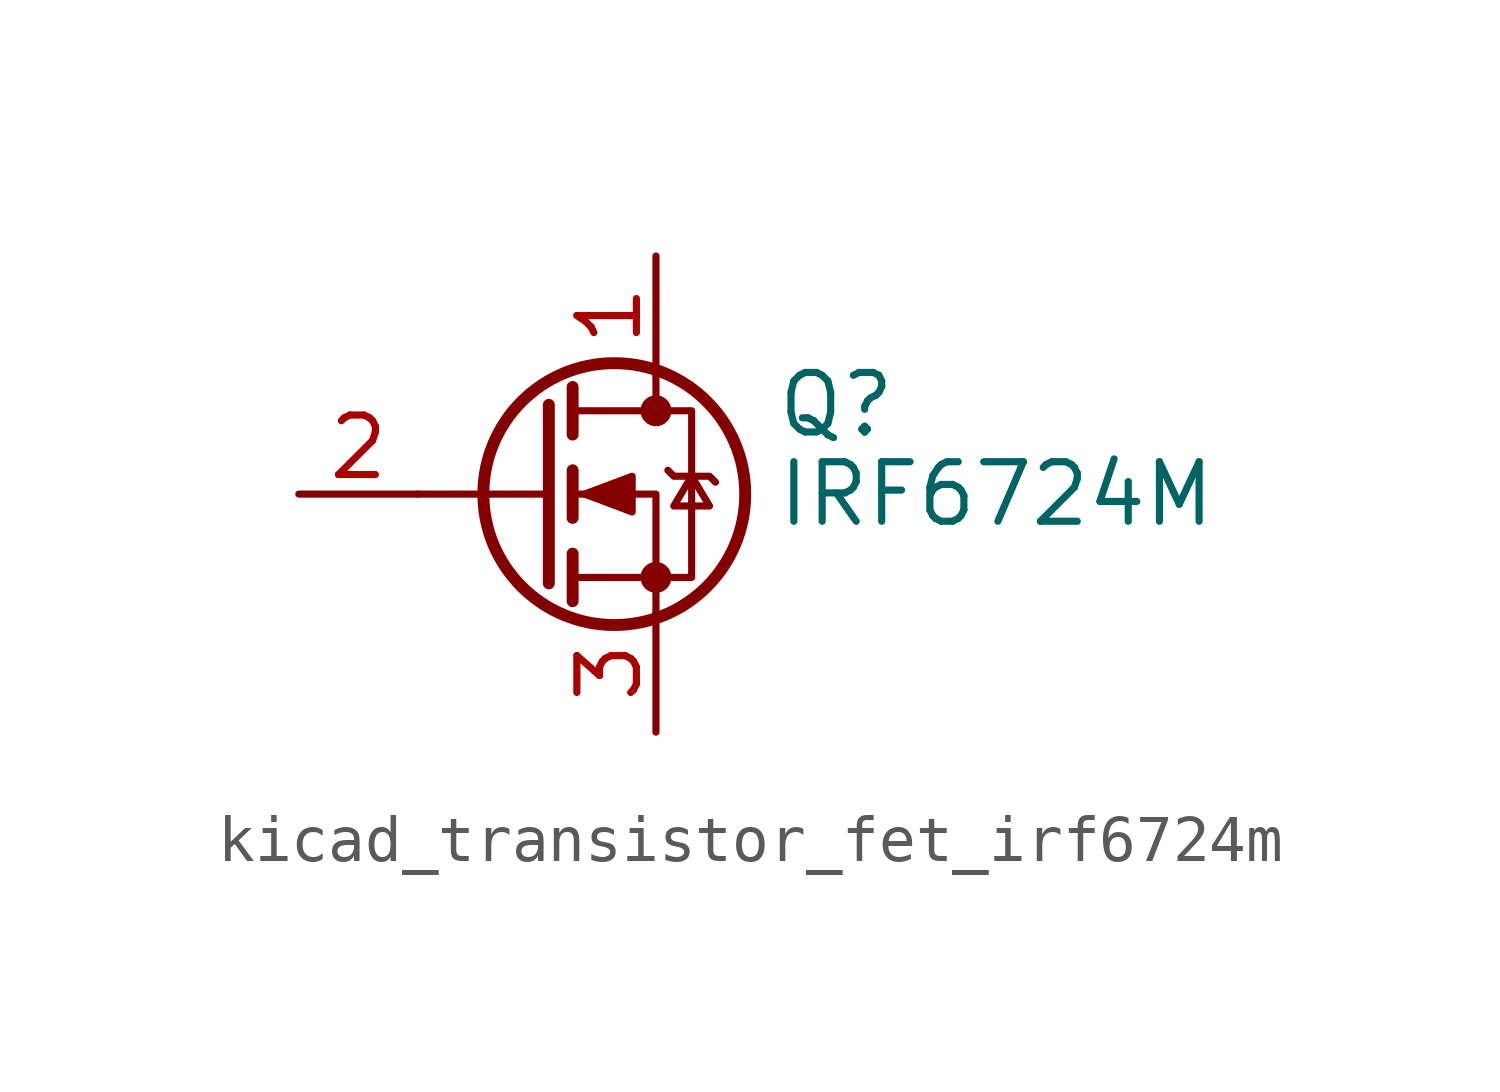
<source format=kicad_sym>
(kicad_symbol_lib
  (version 20220914)
  (generator kicad_symbol_editor)
  (symbol "kicad_transistor_fet_irf6724m"
    (pin_names hide)
    (property "Reference" "Q"
      (at 5.08 1.905 0)
      (effects (font (size 1.27 1.27)) (justify left)))
    (property "Value" "IRF6724M"
      (at 5.08 0 0)
      (effects (font (size 1.27 1.27)) (justify left)))
    (symbol "kicad_transistor_fet_irf6724m_0_1"
      (polyline (pts (xy 0.254 0) (xy -2.54 0)) (stroke (width 0) (type default)) (fill (type none)))
      (polyline (pts (xy 0.254 1.905) (xy 0.254 -1.905)) (stroke (width 0.254) (type default)) (fill (type none)))
      (polyline (pts (xy 0.762 -1.27) (xy 0.762 -2.286)) (stroke (width 0.254) (type default)) (fill (type none)))
      (polyline (pts (xy 0.762 0.508) (xy 0.762 -0.508)) (stroke (width 0.254) (type default)) (fill (type none)))
      (polyline (pts (xy 0.762 2.286) (xy 0.762 1.27)) (stroke (width 0.254) (type default)) (fill (type none)))
      (polyline (pts (xy 2.54 2.54) (xy 2.54 1.778)) (stroke (width 0) (type default)) (fill (type none)))
      (polyline (pts (xy 2.54 -2.54) (xy 2.54 0) (xy 0.762 0)) (stroke (width 0) (type default)) (fill (type none)))
      (polyline (pts (xy 0.762 -1.778) (xy 3.302 -1.778) (xy 3.302 1.778) (xy 0.762 1.778)) (stroke (width 0) (type default)) (fill (type none)))
      (polyline (pts (xy 1.016 0) (xy 2.032 0.381) (xy 2.032 -0.381) (xy 1.016 0)) (stroke (width 0) (type default)) (fill (type outline)))
      (polyline (pts (xy 2.794 0.508) (xy 2.921 0.381) (xy 3.683 0.381) (xy 3.81 0.254)) (stroke (width 0) (type default)) (fill (type none)))
      (polyline (pts (xy 3.302 0.381) (xy 2.921 -0.254) (xy 3.683 -0.254) (xy 3.302 0.381)) (stroke (width 0) (type default)) (fill (type none)))
      (circle (center 1.651 0) (radius 2.794) (stroke (width 0.254) (type default)) (fill (type none)))
      (circle (center 2.54 -1.778) (radius 0.254) (stroke (width 0) (type default)) (fill (type outline)))
      (circle (center 2.54 1.778) (radius 0.254) (stroke (width 0) (type default)) (fill (type outline))))
    (symbol "kicad_transistor_fet_irf6724m_1_1"
      (pin passive line (at 2.54 5.08 270) (length 2.54) (name "D" (effects (font (size 1.27 1.27)))) (number "1" (effects (font (size 1.27 1.27)))))
      (pin input line (at -5.08 0 0) (length 2.54) (name "G" (effects (font (size 1.27 1.27)))) (number "2" (effects (font (size 1.27 1.27)))))
      (pin passive line (at 2.54 -5.08 90) (length 2.54) (name "S" (effects (font (size 1.27 1.27)))) (number "3" (effects (font (size 1.27 1.27))))))))
</source>
